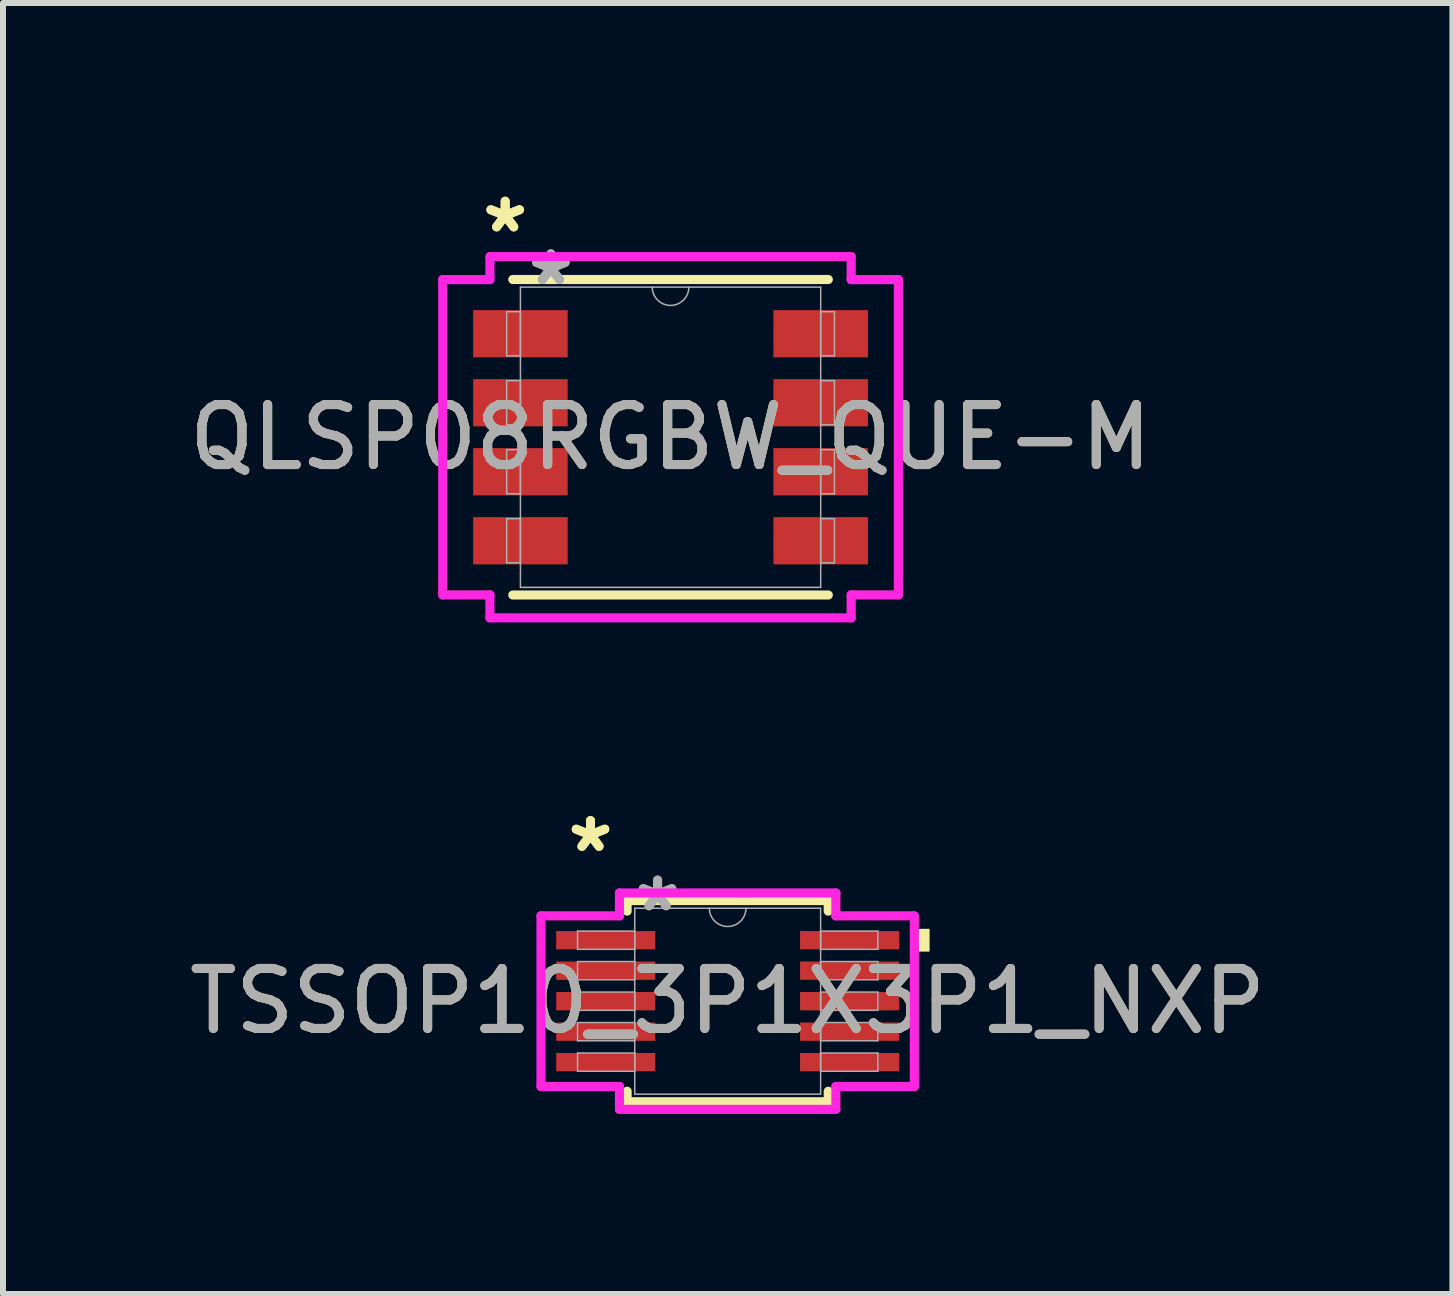
<source format=kicad_pcb>
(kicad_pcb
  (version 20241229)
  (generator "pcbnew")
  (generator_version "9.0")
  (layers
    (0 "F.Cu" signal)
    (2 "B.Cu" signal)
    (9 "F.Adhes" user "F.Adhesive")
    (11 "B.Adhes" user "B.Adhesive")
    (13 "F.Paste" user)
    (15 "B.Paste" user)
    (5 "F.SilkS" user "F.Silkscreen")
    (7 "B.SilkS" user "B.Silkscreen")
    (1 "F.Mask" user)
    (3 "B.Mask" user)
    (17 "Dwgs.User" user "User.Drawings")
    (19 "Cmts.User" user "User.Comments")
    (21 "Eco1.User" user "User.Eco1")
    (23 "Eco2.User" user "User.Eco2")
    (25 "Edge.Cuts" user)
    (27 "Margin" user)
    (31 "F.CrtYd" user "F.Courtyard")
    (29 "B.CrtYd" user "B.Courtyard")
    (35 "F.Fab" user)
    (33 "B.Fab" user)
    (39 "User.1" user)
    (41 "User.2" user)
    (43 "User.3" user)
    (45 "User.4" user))
  (footprint "QLSP08RGBW_QUE-M"
    (layer "F.Cu")
    (at 8.125 4.237)
    (property "Reference" "QLSP08RGBW_QUE-M" (at 0 0 0) (unlocked yes) (layer "F.SilkS") (effects (font (size 1 1) (thickness 0.15))))
    (attr smd)
    (fp_line (start -2.629 2.629) (end 2.629 2.629) (stroke (width 0.152) (type solid)) (layer "F.SilkS"))
    (fp_line (start 2.629 -2.629) (end -2.629 -2.629) (stroke (width 0.152) (type solid)) (layer "F.SilkS"))
    (fp_line (start -3.797 -2.627) (end -3.01 -2.627) (stroke (width 0.152) (type solid)) (layer "F.CrtYd"))
    (fp_line (start -3.797 2.627) (end -3.797 -2.627) (stroke (width 0.152) (type solid)) (layer "F.CrtYd"))
    (fp_line (start -3.797 2.627) (end -3.01 2.627) (stroke (width 0.152) (type solid)) (layer "F.CrtYd"))
    (fp_line (start -3.01 -3.01) (end 3.01 -3.01) (stroke (width 0.152) (type solid)) (layer "F.CrtYd"))
    (fp_line (start -3.01 -2.627) (end -3.01 -3.01) (stroke (width 0.152) (type solid)) (layer "F.CrtYd"))
    (fp_line (start -3.01 3.01) (end -3.01 2.627) (stroke (width 0.152) (type solid)) (layer "F.CrtYd"))
    (fp_line (start 3.01 -3.01) (end 3.01 -2.627) (stroke (width 0.152) (type solid)) (layer "F.CrtYd"))
    (fp_line (start 3.01 2.627) (end 3.01 3.01) (stroke (width 0.152) (type solid)) (layer "F.CrtYd"))
    (fp_line (start 3.01 3.01) (end -3.01 3.01) (stroke (width 0.152) (type solid)) (layer "F.CrtYd"))
    (fp_line (start 3.797 -2.627) (end 3.01 -2.627) (stroke (width 0.152) (type solid)) (layer "F.CrtYd"))
    (fp_line (start 3.797 -2.627) (end 3.797 2.627) (stroke (width 0.152) (type solid)) (layer "F.CrtYd"))
    (fp_line (start 3.797 2.627) (end 3.01 2.627) (stroke (width 0.152) (type solid)) (layer "F.CrtYd"))
    (fp_line (start -2.731 -2.093) (end -2.731 -1.357) (stroke (width 0.025) (type solid)) (layer "F.Fab"))
    (fp_line (start -2.731 -1.357) (end -2.502 -1.357) (stroke (width 0.025) (type solid)) (layer "F.Fab"))
    (fp_line (start -2.731 -0.943) (end -2.731 -0.207) (stroke (width 0.025) (type solid)) (layer "F.Fab"))
    (fp_line (start -2.731 -0.207) (end -2.502 -0.207) (stroke (width 0.025) (type solid)) (layer "F.Fab"))
    (fp_line (start -2.731 0.207) (end -2.731 0.943) (stroke (width 0.025) (type solid)) (layer "F.Fab"))
    (fp_line (start -2.731 0.943) (end -2.502 0.943) (stroke (width 0.025) (type solid)) (layer "F.Fab"))
    (fp_line (start -2.731 1.357) (end -2.731 2.093) (stroke (width 0.025) (type solid)) (layer "F.Fab"))
    (fp_line (start -2.731 2.093) (end -2.502 2.093) (stroke (width 0.025) (type solid)) (layer "F.Fab"))
    (fp_line (start -2.502 -2.502) (end -2.502 2.502) (stroke (width 0.025) (type solid)) (layer "F.Fab"))
    (fp_line (start -2.502 -2.093) (end -2.731 -2.093) (stroke (width 0.025) (type solid)) (layer "F.Fab"))
    (fp_line (start -2.502 -1.357) (end -2.502 -2.093) (stroke (width 0.025) (type solid)) (layer "F.Fab"))
    (fp_line (start -2.502 -0.943) (end -2.731 -0.943) (stroke (width 0.025) (type solid)) (layer "F.Fab"))
    (fp_line (start -2.502 -0.207) (end -2.502 -0.943) (stroke (width 0.025) (type solid)) (layer "F.Fab"))
    (fp_line (start -2.502 0.207) (end -2.731 0.207) (stroke (width 0.025) (type solid)) (layer "F.Fab"))
    (fp_line (start -2.502 0.943) (end -2.502 0.207) (stroke (width 0.025) (type solid)) (layer "F.Fab"))
    (fp_line (start -2.502 1.357) (end -2.731 1.357) (stroke (width 0.025) (type solid)) (layer "F.Fab"))
    (fp_line (start -2.502 2.093) (end -2.502 1.357) (stroke (width 0.025) (type solid)) (layer "F.Fab"))
    (fp_line (start -2.502 2.502) (end 2.502 2.502) (stroke (width 0.025) (type solid)) (layer "F.Fab"))
    (fp_line (start 2.502 -2.502) (end -2.502 -2.502) (stroke (width 0.025) (type solid)) (layer "F.Fab"))
    (fp_line (start 2.502 -2.093) (end 2.502 -1.357) (stroke (width 0.025) (type solid)) (layer "F.Fab"))
    (fp_line (start 2.502 -1.357) (end 2.731 -1.357) (stroke (width 0.025) (type solid)) (layer "F.Fab"))
    (fp_line (start 2.502 -0.943) (end 2.502 -0.207) (stroke (width 0.025) (type solid)) (layer "F.Fab"))
    (fp_line (start 2.502 -0.207) (end 2.731 -0.207) (stroke (width 0.025) (type solid)) (layer "F.Fab"))
    (fp_line (start 2.502 0.207) (end 2.502 0.943) (stroke (width 0.025) (type solid)) (layer "F.Fab"))
    (fp_line (start 2.502 0.943) (end 2.731 0.943) (stroke (width 0.025) (type solid)) (layer "F.Fab"))
    (fp_line (start 2.502 1.357) (end 2.502 2.093) (stroke (width 0.025) (type solid)) (layer "F.Fab"))
    (fp_line (start 2.502 2.093) (end 2.731 2.093) (stroke (width 0.025) (type solid)) (layer "F.Fab"))
    (fp_line (start 2.502 2.502) (end 2.502 -2.502) (stroke (width 0.025) (type solid)) (layer "F.Fab"))
    (fp_line (start 2.731 -2.093) (end 2.502 -2.093) (stroke (width 0.025) (type solid)) (layer "F.Fab"))
    (fp_line (start 2.731 -1.357) (end 2.731 -2.093) (stroke (width 0.025) (type solid)) (layer "F.Fab"))
    (fp_line (start 2.731 -0.943) (end 2.502 -0.943) (stroke (width 0.025) (type solid)) (layer "F.Fab"))
    (fp_line (start 2.731 -0.207) (end 2.731 -0.943) (stroke (width 0.025) (type solid)) (layer "F.Fab"))
    (fp_line (start 2.731 0.207) (end 2.502 0.207) (stroke (width 0.025) (type solid)) (layer "F.Fab"))
    (fp_line (start 2.731 0.943) (end 2.731 0.207) (stroke (width 0.025) (type solid)) (layer "F.Fab"))
    (fp_line (start 2.731 1.357) (end 2.502 1.357) (stroke (width 0.025) (type solid)) (layer "F.Fab"))
    (fp_line (start 2.731 2.093) (end 2.731 1.357) (stroke (width 0.025) (type solid)) (layer "F.Fab"))
    (fp_arc (start 0.3048 -2.5019) (mid 0 -2.1971) (end -0.3048 -2.5019) (stroke (width 0.0254) (type solid)) (layer "F.Fab"))
    (fp_text user "*" (at -2.756 -3.389 0) (unlocked yes) (layer "F.SilkS") (effects (font (size 1 1) (thickness 0.15))))
    (fp_text user "*" (at -2.756 -3.389 0) (layer "F.SilkS") (effects (font (size 1 1) (thickness 0.15))))
    (fp_text user "*" (at -1.994 -2.512 0) (unlocked yes) (layer "F.Fab") (effects (font (size 1 1) (thickness 0.15))))
    (fp_text user "${REFERENCE}" (at 0 0 0) (unlocked yes) (layer "F.Fab") (effects (font (size 1 1) (thickness 0.15))))
    (fp_text user "*" (at -1.994 -2.512 0) (layer "F.Fab") (effects (font (size 1 1) (thickness 0.15))))
    (pad "1" smd rect (at -2.502 -1.725) (size 1.575 0.787) (layers "F.Cu" "F.Mask" "F.Paste"))
    (pad "2" smd rect (at -2.502 -0.575) (size 1.575 0.787) (layers "F.Cu" "F.Mask" "F.Paste"))
    (pad "3" smd rect (at -2.502 0.575) (size 1.575 0.787) (layers "F.Cu" "F.Mask" "F.Paste"))
    (pad "4" smd rect (at -2.502 1.725) (size 1.575 0.787) (layers "F.Cu" "F.Mask" "F.Paste"))
    (pad "5" smd rect (at 2.502 1.725) (size 1.575 0.787) (layers "F.Cu" "F.Mask" "F.Paste"))
    (pad "6" smd rect (at 2.502 0.575) (size 1.575 0.787) (layers "F.Cu" "F.Mask" "F.Paste"))
    (pad "7" smd rect (at 2.502 -0.575) (size 1.575 0.787) (layers "F.Cu" "F.Mask" "F.Paste"))
    (pad "8" smd rect (at 2.502 -1.725) (size 1.575 0.787) (layers "F.Cu" "F.Mask" "F.Paste")))
  (footprint "TSSOP10_3P1X3P1_NXP"
    (layer "F.Cu")
    (at 9.077 13.635)
    (property "Reference" "TSSOP10_3P1X3P1_NXP" (at 0 0 0) (unlocked yes) (layer "F.SilkS") (effects (font (size 1 1) (thickness 0.15))))
    (attr smd)
    (fp_line (start -1.676 -1.676) (end -1.676 -1.501) (stroke (width 0.152) (type solid)) (layer "F.SilkS"))
    (fp_line (start -1.676 1.501) (end -1.676 1.676) (stroke (width 0.152) (type solid)) (layer "F.SilkS"))
    (fp_line (start -1.676 1.676) (end 1.676 1.676) (stroke (width 0.152) (type solid)) (layer "F.SilkS"))
    (fp_line (start 1.676 -1.676) (end -1.676 -1.676) (stroke (width 0.152) (type solid)) (layer "F.SilkS"))
    (fp_line (start 1.676 -1.501) (end 1.676 -1.676) (stroke (width 0.152) (type solid)) (layer "F.SilkS"))
    (fp_line (start 1.676 1.676) (end 1.676 1.501) (stroke (width 0.152) (type solid)) (layer "F.SilkS"))
    (fp_poly (pts (xy 3.365 -1.206) (xy 3.365 -0.826) (xy 3.111 -0.826) (xy 3.111 -1.206)) (stroke (width 0) (type solid)) (fill yes) (layer "F.SilkS"))
    (fp_line (start -3.111 -1.422) (end -1.803 -1.422) (stroke (width 0.152) (type solid)) (layer "F.CrtYd"))
    (fp_line (start -3.111 1.422) (end -3.111 -1.422) (stroke (width 0.152) (type solid)) (layer "F.CrtYd"))
    (fp_line (start -3.111 1.422) (end -1.803 1.422) (stroke (width 0.152) (type solid)) (layer "F.CrtYd"))
    (fp_line (start -1.803 -1.803) (end 1.803 -1.803) (stroke (width 0.152) (type solid)) (layer "F.CrtYd"))
    (fp_line (start -1.803 -1.422) (end -1.803 -1.803) (stroke (width 0.152) (type solid)) (layer "F.CrtYd"))
    (fp_line (start -1.803 1.803) (end -1.803 1.422) (stroke (width 0.152) (type solid)) (layer "F.CrtYd"))
    (fp_line (start 1.803 -1.803) (end 1.803 -1.422) (stroke (width 0.152) (type solid)) (layer "F.CrtYd"))
    (fp_line (start 1.803 1.422) (end 1.803 1.803) (stroke (width 0.152) (type solid)) (layer "F.CrtYd"))
    (fp_line (start 1.803 1.803) (end -1.803 1.803) (stroke (width 0.152) (type solid)) (layer "F.CrtYd"))
    (fp_line (start 3.111 -1.422) (end 1.803 -1.422) (stroke (width 0.152) (type solid)) (layer "F.CrtYd"))
    (fp_line (start 3.111 -1.422) (end 3.111 1.422) (stroke (width 0.152) (type solid)) (layer "F.CrtYd"))
    (fp_line (start 3.111 1.422) (end 1.803 1.422) (stroke (width 0.152) (type solid)) (layer "F.CrtYd"))
    (fp_line (start -2.502 -1.168) (end -2.502 -0.864) (stroke (width 0.025) (type solid)) (layer "F.Fab"))
    (fp_line (start -2.502 -0.864) (end -1.549 -0.864) (stroke (width 0.025) (type solid)) (layer "F.Fab"))
    (fp_line (start -2.502 -0.66) (end -2.502 -0.356) (stroke (width 0.025) (type solid)) (layer "F.Fab"))
    (fp_line (start -2.502 -0.356) (end -1.549 -0.356) (stroke (width 0.025) (type solid)) (layer "F.Fab"))
    (fp_line (start -2.502 -0.152) (end -2.502 0.152) (stroke (width 0.025) (type solid)) (layer "F.Fab"))
    (fp_line (start -2.502 0.152) (end -1.549 0.152) (stroke (width 0.025) (type solid)) (layer "F.Fab"))
    (fp_line (start -2.502 0.356) (end -2.502 0.66) (stroke (width 0.025) (type solid)) (layer "F.Fab"))
    (fp_line (start -2.502 0.66) (end -1.549 0.66) (stroke (width 0.025) (type solid)) (layer "F.Fab"))
    (fp_line (start -2.502 0.864) (end -2.502 1.168) (stroke (width 0.025) (type solid)) (layer "F.Fab"))
    (fp_line (start -2.502 1.168) (end -1.549 1.168) (stroke (width 0.025) (type solid)) (layer "F.Fab"))
    (fp_line (start -1.549 -1.549) (end -1.549 1.549) (stroke (width 0.025) (type solid)) (layer "F.Fab"))
    (fp_line (start -1.549 -1.168) (end -2.502 -1.168) (stroke (width 0.025) (type solid)) (layer "F.Fab"))
    (fp_line (start -1.549 -0.864) (end -1.549 -1.168) (stroke (width 0.025) (type solid)) (layer "F.Fab"))
    (fp_line (start -1.549 -0.66) (end -2.502 -0.66) (stroke (width 0.025) (type solid)) (layer "F.Fab"))
    (fp_line (start -1.549 -0.356) (end -1.549 -0.66) (stroke (width 0.025) (type solid)) (layer "F.Fab"))
    (fp_line (start -1.549 -0.152) (end -2.502 -0.152) (stroke (width 0.025) (type solid)) (layer "F.Fab"))
    (fp_line (start -1.549 0.152) (end -1.549 -0.152) (stroke (width 0.025) (type solid)) (layer "F.Fab"))
    (fp_line (start -1.549 0.356) (end -2.502 0.356) (stroke (width 0.025) (type solid)) (layer "F.Fab"))
    (fp_line (start -1.549 0.66) (end -1.549 0.356) (stroke (width 0.025) (type solid)) (layer "F.Fab"))
    (fp_line (start -1.549 0.864) (end -2.502 0.864) (stroke (width 0.025) (type solid)) (layer "F.Fab"))
    (fp_line (start -1.549 1.168) (end -1.549 0.864) (stroke (width 0.025) (type solid)) (layer "F.Fab"))
    (fp_line (start -1.549 1.549) (end 1.549 1.549) (stroke (width 0.025) (type solid)) (layer "F.Fab"))
    (fp_line (start 1.549 -1.549) (end -1.549 -1.549) (stroke (width 0.025) (type solid)) (layer "F.Fab"))
    (fp_line (start 1.549 -1.168) (end 1.549 -0.864) (stroke (width 0.025) (type solid)) (layer "F.Fab"))
    (fp_line (start 1.549 -0.864) (end 2.502 -0.864) (stroke (width 0.025) (type solid)) (layer "F.Fab"))
    (fp_line (start 1.549 -0.66) (end 1.549 -0.356) (stroke (width 0.025) (type solid)) (layer "F.Fab"))
    (fp_line (start 1.549 -0.356) (end 2.502 -0.356) (stroke (width 0.025) (type solid)) (layer "F.Fab"))
    (fp_line (start 1.549 -0.152) (end 1.549 0.152) (stroke (width 0.025) (type solid)) (layer "F.Fab"))
    (fp_line (start 1.549 0.152) (end 2.502 0.152) (stroke (width 0.025) (type solid)) (layer "F.Fab"))
    (fp_line (start 1.549 0.356) (end 1.549 0.66) (stroke (width 0.025) (type solid)) (layer "F.Fab"))
    (fp_line (start 1.549 0.66) (end 2.502 0.66) (stroke (width 0.025) (type solid)) (layer "F.Fab"))
    (fp_line (start 1.549 0.864) (end 1.549 1.168) (stroke (width 0.025) (type solid)) (layer "F.Fab"))
    (fp_line (start 1.549 1.168) (end 2.502 1.168) (stroke (width 0.025) (type solid)) (layer "F.Fab"))
    (fp_line (start 1.549 1.549) (end 1.549 -1.549) (stroke (width 0.025) (type solid)) (layer "F.Fab"))
    (fp_line (start 2.502 -1.168) (end 1.549 -1.168) (stroke (width 0.025) (type solid)) (layer "F.Fab"))
    (fp_line (start 2.502 -0.864) (end 2.502 -1.168) (stroke (width 0.025) (type solid)) (layer "F.Fab"))
    (fp_line (start 2.502 -0.66) (end 1.549 -0.66) (stroke (width 0.025) (type solid)) (layer "F.Fab"))
    (fp_line (start 2.502 -0.356) (end 2.502 -0.66) (stroke (width 0.025) (type solid)) (layer "F.Fab"))
    (fp_line (start 2.502 -0.152) (end 1.549 -0.152) (stroke (width 0.025) (type solid)) (layer "F.Fab"))
    (fp_line (start 2.502 0.152) (end 2.502 -0.152) (stroke (width 0.025) (type solid)) (layer "F.Fab"))
    (fp_line (start 2.502 0.356) (end 1.549 0.356) (stroke (width 0.025) (type solid)) (layer "F.Fab"))
    (fp_line (start 2.502 0.66) (end 2.502 0.356) (stroke (width 0.025) (type solid)) (layer "F.Fab"))
    (fp_line (start 2.502 0.864) (end 1.549 0.864) (stroke (width 0.025) (type solid)) (layer "F.Fab"))
    (fp_line (start 2.502 1.168) (end 2.502 0.864) (stroke (width 0.025) (type solid)) (layer "F.Fab"))
    (fp_arc (start 0.3048 -1.5494) (mid 0 -1.2446) (end -0.3048 -1.5494) (stroke (width 0.0254) (type solid)) (layer "F.Fab"))
    (fp_text user "*" (at -2.286 -2.464 0) (unlocked yes) (layer "F.SilkS") (effects (font (size 1 1) (thickness 0.15))))
    (fp_text user "*" (at -2.286 -2.464 0) (layer "F.SilkS") (effects (font (size 1 1) (thickness 0.15))))
    (fp_text user "${REFERENCE}" (at 0 0 0) (unlocked yes) (layer "F.Fab") (effects (font (size 1 1) (thickness 0.15))))
    (fp_text user "*" (at -1.168 -1.473 0) (layer "F.Fab") (effects (font (size 1 1) (thickness 0.15))))
    (fp_text user "*" (at -1.168 -1.473 0) (unlocked yes) (layer "F.Fab") (effects (font (size 1 1) (thickness 0.15))))
    (pad "1" smd rect (at -2.032 -1.016) (size 1.651 0.305) (layers "F.Cu" "F.Mask" "F.Paste"))
    (pad "2" smd rect (at -2.032 -0.508) (size 1.651 0.305) (layers "F.Cu" "F.Mask" "F.Paste"))
    (pad "3" smd rect (at -2.032 0) (size 1.651 0.305) (layers "F.Cu" "F.Mask" "F.Paste"))
    (pad "4" smd rect (at -2.032 0.508) (size 1.651 0.305) (layers "F.Cu" "F.Mask" "F.Paste"))
    (pad "5" smd rect (at -2.032 1.016) (size 1.651 0.305) (layers "F.Cu" "F.Mask" "F.Paste"))
    (pad "6" smd rect (at 2.032 1.016) (size 1.651 0.305) (layers "F.Cu" "F.Mask" "F.Paste"))
    (pad "7" smd rect (at 2.032 0.508) (size 1.651 0.305) (layers "F.Cu" "F.Mask" "F.Paste"))
    (pad "8" smd rect (at 2.032 0) (size 1.651 0.305) (layers "F.Cu" "F.Mask" "F.Paste"))
    (pad "9" smd rect (at 2.032 -0.508) (size 1.651 0.305) (layers "F.Cu" "F.Mask" "F.Paste"))
    (pad "10" smd rect (at 2.032 -1.016) (size 1.651 0.305) (layers "F.Cu" "F.Mask" "F.Paste")))
  (gr_rect
    (start -3 -3)
    (end 21.155 18.515)
    (stroke (width 0.1) (type default))
    (fill no)
    (layer "Edge.Cuts")))
</source>
